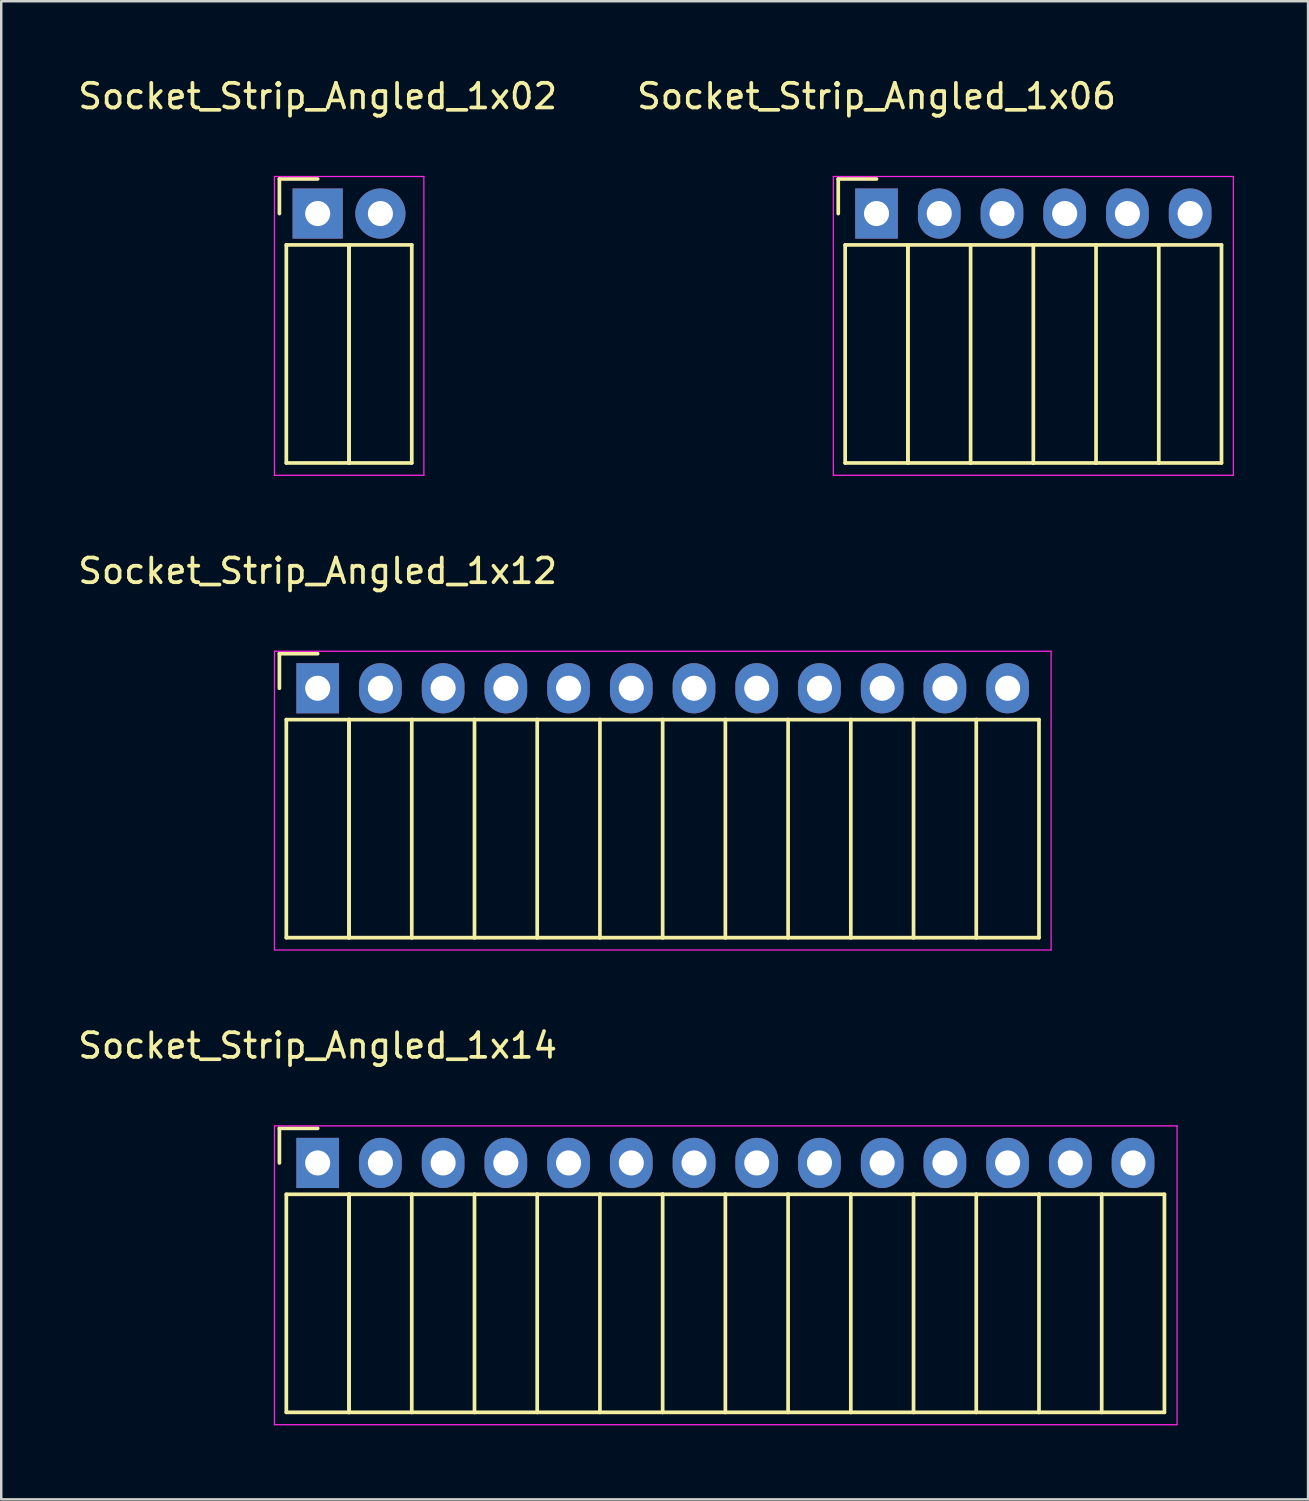
<source format=kicad_pcb>
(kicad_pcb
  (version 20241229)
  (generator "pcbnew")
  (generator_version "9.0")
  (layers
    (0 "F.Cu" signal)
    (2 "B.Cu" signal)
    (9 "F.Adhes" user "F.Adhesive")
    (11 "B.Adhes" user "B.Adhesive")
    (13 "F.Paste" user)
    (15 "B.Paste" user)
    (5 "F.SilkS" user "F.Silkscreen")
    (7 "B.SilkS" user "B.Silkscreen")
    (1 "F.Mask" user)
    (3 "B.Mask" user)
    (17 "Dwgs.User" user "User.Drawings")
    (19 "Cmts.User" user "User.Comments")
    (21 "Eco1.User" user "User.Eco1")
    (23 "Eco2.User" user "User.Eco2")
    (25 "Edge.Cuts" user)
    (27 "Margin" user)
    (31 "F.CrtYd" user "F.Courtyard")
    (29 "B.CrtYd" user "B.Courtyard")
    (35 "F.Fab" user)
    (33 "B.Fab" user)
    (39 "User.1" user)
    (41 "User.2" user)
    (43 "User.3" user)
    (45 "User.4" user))
  (footprint "Socket_Strip_Angled_1x02"
    (layer "F.Cu")
    (at 9.815 5.598)
    (property "Reference" "Socket_Strip_Angled_1x02" (at 0 -4.75 0) (layer "F.SilkS") (effects (font (size 1 1) (thickness 0.15))))
    (attr through_hole)
    (fp_line (start -1.55 -1.4) (end -1.55 0) (stroke (width 0.15) (type solid)) (layer "F.SilkS"))
    (fp_line (start -1.27 1.27) (end -1.27 10.1) (stroke (width 0.15) (type solid)) (layer "F.SilkS"))
    (fp_line (start -1.27 1.27) (end 1.27 1.27) (stroke (width 0.15) (type solid)) (layer "F.SilkS"))
    (fp_line (start -1.27 10.1) (end 1.27 10.1) (stroke (width 0.15) (type solid)) (layer "F.SilkS"))
    (fp_line (start 0 -1.4) (end -1.55 -1.4) (stroke (width 0.15) (type solid)) (layer "F.SilkS"))
    (fp_line (start 1.27 1.27) (end 1.27 10.1) (stroke (width 0.15) (type solid)) (layer "F.SilkS"))
    (fp_line (start 1.27 1.27) (end 3.81 1.27) (stroke (width 0.15) (type solid)) (layer "F.SilkS"))
    (fp_line (start 1.27 10.1) (end 1.27 1.27) (stroke (width 0.15) (type solid)) (layer "F.SilkS"))
    (fp_line (start 1.27 10.1) (end 3.81 10.1) (stroke (width 0.15) (type solid)) (layer "F.SilkS"))
    (fp_line (start 3.81 10.1) (end 3.81 1.27) (stroke (width 0.15) (type solid)) (layer "F.SilkS"))
    (fp_line (start -1.75 -1.5) (end -1.75 10.6) (stroke (width 0.05) (type solid)) (layer "F.CrtYd"))
    (fp_line (start -1.75 -1.5) (end 4.3 -1.5) (stroke (width 0.05) (type solid)) (layer "F.CrtYd"))
    (fp_line (start -1.75 10.6) (end 4.3 10.6) (stroke (width 0.05) (type solid)) (layer "F.CrtYd"))
    (fp_line (start 4.3 -1.5) (end 4.3 10.6) (stroke (width 0.05) (type solid)) (layer "F.CrtYd"))
    (pad "1" thru_hole rect (at 0 0) (size 2.032 2.032) (drill 1.016) (layers "*.Cu" "*.Mask"))
    (pad "2" thru_hole oval (at 2.54 0) (size 2.032 2.032) (drill 1.016) (layers "*.Cu" "*.Mask")))
  (footprint "Socket_Strip_Angled_1x06"
    (layer "F.Cu")
    (at 32.446 5.598)
    (property "Reference" "Socket_Strip_Angled_1x06" (at 0 -4.75 0) (layer "F.SilkS") (effects (font (size 1 1) (thickness 0.15))))
    (attr through_hole)
    (fp_line (start -1.55 -1.4) (end -1.55 0) (stroke (width 0.15) (type solid)) (layer "F.SilkS"))
    (fp_line (start -1.27 1.27) (end -1.27 10.1) (stroke (width 0.15) (type solid)) (layer "F.SilkS"))
    (fp_line (start -1.27 1.27) (end 1.27 1.27) (stroke (width 0.15) (type solid)) (layer "F.SilkS"))
    (fp_line (start -1.27 10.1) (end 1.27 10.1) (stroke (width 0.15) (type solid)) (layer "F.SilkS"))
    (fp_line (start 0 -1.4) (end -1.55 -1.4) (stroke (width 0.15) (type solid)) (layer "F.SilkS"))
    (fp_line (start 1.27 1.27) (end 1.27 10.1) (stroke (width 0.15) (type solid)) (layer "F.SilkS"))
    (fp_line (start 1.27 1.27) (end 3.81 1.27) (stroke (width 0.15) (type solid)) (layer "F.SilkS"))
    (fp_line (start 1.27 10.1) (end 1.27 1.27) (stroke (width 0.15) (type solid)) (layer "F.SilkS"))
    (fp_line (start 1.27 10.1) (end 3.81 10.1) (stroke (width 0.15) (type solid)) (layer "F.SilkS"))
    (fp_line (start 3.81 1.27) (end 6.35 1.27) (stroke (width 0.15) (type solid)) (layer "F.SilkS"))
    (fp_line (start 3.81 10.1) (end 3.81 1.27) (stroke (width 0.15) (type solid)) (layer "F.SilkS"))
    (fp_line (start 3.81 10.1) (end 6.35 10.1) (stroke (width 0.15) (type solid)) (layer "F.SilkS"))
    (fp_line (start 6.35 1.27) (end 8.89 1.27) (stroke (width 0.15) (type solid)) (layer "F.SilkS"))
    (fp_line (start 6.35 10.1) (end 6.35 1.27) (stroke (width 0.15) (type solid)) (layer "F.SilkS"))
    (fp_line (start 6.35 10.1) (end 8.89 10.1) (stroke (width 0.15) (type solid)) (layer "F.SilkS"))
    (fp_line (start 8.89 1.27) (end 11.43 1.27) (stroke (width 0.15) (type solid)) (layer "F.SilkS"))
    (fp_line (start 8.89 10.1) (end 8.89 1.27) (stroke (width 0.15) (type solid)) (layer "F.SilkS"))
    (fp_line (start 8.89 10.1) (end 11.43 10.1) (stroke (width 0.15) (type solid)) (layer "F.SilkS"))
    (fp_line (start 11.43 1.27) (end 13.97 1.27) (stroke (width 0.15) (type solid)) (layer "F.SilkS"))
    (fp_line (start 11.43 10.1) (end 11.43 1.27) (stroke (width 0.15) (type solid)) (layer "F.SilkS"))
    (fp_line (start 11.43 10.1) (end 13.97 10.1) (stroke (width 0.15) (type solid)) (layer "F.SilkS"))
    (fp_line (start 13.97 10.1) (end 13.97 1.27) (stroke (width 0.15) (type solid)) (layer "F.SilkS"))
    (fp_line (start -1.75 -1.5) (end -1.75 10.6) (stroke (width 0.05) (type solid)) (layer "F.CrtYd"))
    (fp_line (start -1.75 -1.5) (end 14.45 -1.5) (stroke (width 0.05) (type solid)) (layer "F.CrtYd"))
    (fp_line (start -1.75 10.6) (end 14.45 10.6) (stroke (width 0.05) (type solid)) (layer "F.CrtYd"))
    (fp_line (start 14.45 -1.5) (end 14.45 10.6) (stroke (width 0.05) (type solid)) (layer "F.CrtYd"))
    (pad "1" thru_hole rect (at 0 0) (size 1.727 2.032) (drill 1.016) (layers "*.Cu" "*.Mask"))
    (pad "2" thru_hole oval (at 2.54 0) (size 1.727 2.032) (drill 1.016) (layers "*.Cu" "*.Mask"))
    (pad "3" thru_hole oval (at 5.08 0) (size 1.727 2.032) (drill 1.016) (layers "*.Cu" "*.Mask"))
    (pad "4" thru_hole oval (at 7.62 0) (size 1.727 2.032) (drill 1.016) (layers "*.Cu" "*.Mask"))
    (pad "5" thru_hole oval (at 10.16 0) (size 1.727 2.032) (drill 1.016) (layers "*.Cu" "*.Mask"))
    (pad "6" thru_hole oval (at 12.7 0) (size 1.727 2.032) (drill 1.016) (layers "*.Cu" "*.Mask")))
  (footprint "Socket_Strip_Angled_1x14"
    (layer "F.Cu")
    (at 9.815 44.045)
    (property "Reference" "Socket_Strip_Angled_1x14" (at 0 -4.75 0) (layer "F.SilkS") (effects (font (size 1 1) (thickness 0.15))))
    (attr through_hole)
    (fp_line (start -1.55 -1.4) (end -1.55 0) (stroke (width 0.15) (type solid)) (layer "F.SilkS"))
    (fp_line (start -1.27 1.27) (end -1.27 10.1) (stroke (width 0.15) (type solid)) (layer "F.SilkS"))
    (fp_line (start -1.27 1.27) (end 1.27 1.27) (stroke (width 0.15) (type solid)) (layer "F.SilkS"))
    (fp_line (start -1.27 10.1) (end 1.27 10.1) (stroke (width 0.15) (type solid)) (layer "F.SilkS"))
    (fp_line (start 0 -1.4) (end -1.55 -1.4) (stroke (width 0.15) (type solid)) (layer "F.SilkS"))
    (fp_line (start 1.27 1.27) (end 1.27 10.1) (stroke (width 0.15) (type solid)) (layer "F.SilkS"))
    (fp_line (start 1.27 1.27) (end 3.81 1.27) (stroke (width 0.15) (type solid)) (layer "F.SilkS"))
    (fp_line (start 1.27 10.1) (end 1.27 1.27) (stroke (width 0.15) (type solid)) (layer "F.SilkS"))
    (fp_line (start 1.27 10.1) (end 3.81 10.1) (stroke (width 0.15) (type solid)) (layer "F.SilkS"))
    (fp_line (start 3.81 1.27) (end 6.35 1.27) (stroke (width 0.15) (type solid)) (layer "F.SilkS"))
    (fp_line (start 3.81 10.1) (end 3.81 1.27) (stroke (width 0.15) (type solid)) (layer "F.SilkS"))
    (fp_line (start 3.81 10.1) (end 6.35 10.1) (stroke (width 0.15) (type solid)) (layer "F.SilkS"))
    (fp_line (start 6.35 1.27) (end 8.89 1.27) (stroke (width 0.15) (type solid)) (layer "F.SilkS"))
    (fp_line (start 6.35 10.1) (end 6.35 1.27) (stroke (width 0.15) (type solid)) (layer "F.SilkS"))
    (fp_line (start 6.35 10.1) (end 8.89 10.1) (stroke (width 0.15) (type solid)) (layer "F.SilkS"))
    (fp_line (start 8.89 1.27) (end 11.43 1.27) (stroke (width 0.15) (type solid)) (layer "F.SilkS"))
    (fp_line (start 8.89 10.1) (end 8.89 1.27) (stroke (width 0.15) (type solid)) (layer "F.SilkS"))
    (fp_line (start 8.89 10.1) (end 11.43 10.1) (stroke (width 0.15) (type solid)) (layer "F.SilkS"))
    (fp_line (start 11.43 1.27) (end 13.97 1.27) (stroke (width 0.15) (type solid)) (layer "F.SilkS"))
    (fp_line (start 11.43 10.1) (end 11.43 1.27) (stroke (width 0.15) (type solid)) (layer "F.SilkS"))
    (fp_line (start 11.43 10.1) (end 13.97 10.1) (stroke (width 0.15) (type solid)) (layer "F.SilkS"))
    (fp_line (start 13.97 1.27) (end 16.51 1.27) (stroke (width 0.15) (type solid)) (layer "F.SilkS"))
    (fp_line (start 13.97 10.1) (end 13.97 1.27) (stroke (width 0.15) (type solid)) (layer "F.SilkS"))
    (fp_line (start 13.97 10.1) (end 16.51 10.1) (stroke (width 0.15) (type solid)) (layer "F.SilkS"))
    (fp_line (start 16.51 1.27) (end 19.05 1.27) (stroke (width 0.15) (type solid)) (layer "F.SilkS"))
    (fp_line (start 16.51 10.1) (end 16.51 1.27) (stroke (width 0.15) (type solid)) (layer "F.SilkS"))
    (fp_line (start 16.51 10.1) (end 19.05 10.1) (stroke (width 0.15) (type solid)) (layer "F.SilkS"))
    (fp_line (start 19.05 1.27) (end 21.59 1.27) (stroke (width 0.15) (type solid)) (layer "F.SilkS"))
    (fp_line (start 19.05 10.1) (end 19.05 1.27) (stroke (width 0.15) (type solid)) (layer "F.SilkS"))
    (fp_line (start 19.05 10.1) (end 21.59 10.1) (stroke (width 0.15) (type solid)) (layer "F.SilkS"))
    (fp_line (start 21.59 1.27) (end 24.13 1.27) (stroke (width 0.15) (type solid)) (layer "F.SilkS"))
    (fp_line (start 21.59 10.1) (end 21.59 1.27) (stroke (width 0.15) (type solid)) (layer "F.SilkS"))
    (fp_line (start 21.59 10.1) (end 24.13 10.1) (stroke (width 0.15) (type solid)) (layer "F.SilkS"))
    (fp_line (start 24.13 1.27) (end 26.67 1.27) (stroke (width 0.15) (type solid)) (layer "F.SilkS"))
    (fp_line (start 24.13 10.1) (end 24.13 1.27) (stroke (width 0.15) (type solid)) (layer "F.SilkS"))
    (fp_line (start 24.13 10.1) (end 26.67 10.1) (stroke (width 0.15) (type solid)) (layer "F.SilkS"))
    (fp_line (start 26.67 1.27) (end 29.21 1.27) (stroke (width 0.15) (type solid)) (layer "F.SilkS"))
    (fp_line (start 26.67 10.1) (end 26.67 1.27) (stroke (width 0.15) (type solid)) (layer "F.SilkS"))
    (fp_line (start 26.67 10.1) (end 29.21 10.1) (stroke (width 0.15) (type solid)) (layer "F.SilkS"))
    (fp_line (start 29.21 1.27) (end 31.75 1.27) (stroke (width 0.15) (type solid)) (layer "F.SilkS"))
    (fp_line (start 29.21 10.1) (end 29.21 1.27) (stroke (width 0.15) (type solid)) (layer "F.SilkS"))
    (fp_line (start 29.21 10.1) (end 31.75 10.1) (stroke (width 0.15) (type solid)) (layer "F.SilkS"))
    (fp_line (start 31.75 1.27) (end 34.29 1.27) (stroke (width 0.15) (type solid)) (layer "F.SilkS"))
    (fp_line (start 31.75 10.1) (end 31.75 1.27) (stroke (width 0.15) (type solid)) (layer "F.SilkS"))
    (fp_line (start 31.75 10.1) (end 34.29 10.1) (stroke (width 0.15) (type solid)) (layer "F.SilkS"))
    (fp_line (start 34.29 10.1) (end 34.29 1.27) (stroke (width 0.15) (type solid)) (layer "F.SilkS"))
    (fp_line (start -1.75 -1.5) (end -1.75 10.6) (stroke (width 0.05) (type solid)) (layer "F.CrtYd"))
    (fp_line (start -1.75 -1.5) (end 34.8 -1.5) (stroke (width 0.05) (type solid)) (layer "F.CrtYd"))
    (fp_line (start -1.75 10.6) (end 34.8 10.6) (stroke (width 0.05) (type solid)) (layer "F.CrtYd"))
    (fp_line (start 34.8 -1.5) (end 34.8 10.6) (stroke (width 0.05) (type solid)) (layer "F.CrtYd"))
    (pad "1" thru_hole rect (at 0 0) (size 1.727 2.032) (drill 1.016) (layers "*.Cu" "*.Mask"))
    (pad "2" thru_hole oval (at 2.54 0) (size 1.727 2.032) (drill 1.016) (layers "*.Cu" "*.Mask"))
    (pad "3" thru_hole oval (at 5.08 0) (size 1.727 2.032) (drill 1.016) (layers "*.Cu" "*.Mask"))
    (pad "4" thru_hole oval (at 7.62 0) (size 1.727 2.032) (drill 1.016) (layers "*.Cu" "*.Mask"))
    (pad "5" thru_hole oval (at 10.16 0) (size 1.727 2.032) (drill 1.016) (layers "*.Cu" "*.Mask"))
    (pad "6" thru_hole oval (at 12.7 0) (size 1.727 2.032) (drill 1.016) (layers "*.Cu" "*.Mask"))
    (pad "7" thru_hole oval (at 15.24 0) (size 1.727 2.032) (drill 1.016) (layers "*.Cu" "*.Mask"))
    (pad "8" thru_hole oval (at 17.78 0) (size 1.727 2.032) (drill 1.016) (layers "*.Cu" "*.Mask"))
    (pad "9" thru_hole oval (at 20.32 0) (size 1.727 2.032) (drill 1.016) (layers "*.Cu" "*.Mask"))
    (pad "10" thru_hole oval (at 22.86 0) (size 1.727 2.032) (drill 1.016) (layers "*.Cu" "*.Mask"))
    (pad "11" thru_hole oval (at 25.4 0) (size 1.727 2.032) (drill 1.016) (layers "*.Cu" "*.Mask"))
    (pad "12" thru_hole oval (at 27.94 0) (size 1.727 2.032) (drill 1.016) (layers "*.Cu" "*.Mask"))
    (pad "13" thru_hole oval (at 30.48 0) (size 1.727 2.032) (drill 1.016) (layers "*.Cu" "*.Mask"))
    (pad "14" thru_hole oval (at 33.02 0) (size 1.727 2.032) (drill 1.016) (layers "*.Cu" "*.Mask")))
  (footprint "Socket_Strip_Angled_1x12"
    (layer "F.Cu")
    (at 9.815 24.822)
    (property "Reference" "Socket_Strip_Angled_1x12" (at 0 -4.75 0) (layer "F.SilkS") (effects (font (size 1 1) (thickness 0.15))))
    (attr through_hole)
    (fp_line (start -1.55 -1.4) (end -1.55 0) (stroke (width 0.15) (type solid)) (layer "F.SilkS"))
    (fp_line (start -1.27 1.27) (end -1.27 10.1) (stroke (width 0.15) (type solid)) (layer "F.SilkS"))
    (fp_line (start -1.27 1.27) (end 1.27 1.27) (stroke (width 0.15) (type solid)) (layer "F.SilkS"))
    (fp_line (start -1.27 10.1) (end 1.27 10.1) (stroke (width 0.15) (type solid)) (layer "F.SilkS"))
    (fp_line (start 0 -1.4) (end -1.55 -1.4) (stroke (width 0.15) (type solid)) (layer "F.SilkS"))
    (fp_line (start 1.27 1.27) (end 1.27 10.1) (stroke (width 0.15) (type solid)) (layer "F.SilkS"))
    (fp_line (start 1.27 1.27) (end 3.81 1.27) (stroke (width 0.15) (type solid)) (layer "F.SilkS"))
    (fp_line (start 1.27 10.1) (end 1.27 1.27) (stroke (width 0.15) (type solid)) (layer "F.SilkS"))
    (fp_line (start 1.27 10.1) (end 3.81 10.1) (stroke (width 0.15) (type solid)) (layer "F.SilkS"))
    (fp_line (start 3.81 1.27) (end 6.35 1.27) (stroke (width 0.15) (type solid)) (layer "F.SilkS"))
    (fp_line (start 3.81 10.1) (end 3.81 1.27) (stroke (width 0.15) (type solid)) (layer "F.SilkS"))
    (fp_line (start 3.81 10.1) (end 6.35 10.1) (stroke (width 0.15) (type solid)) (layer "F.SilkS"))
    (fp_line (start 6.35 1.27) (end 8.89 1.27) (stroke (width 0.15) (type solid)) (layer "F.SilkS"))
    (fp_line (start 6.35 10.1) (end 6.35 1.27) (stroke (width 0.15) (type solid)) (layer "F.SilkS"))
    (fp_line (start 6.35 10.1) (end 8.89 10.1) (stroke (width 0.15) (type solid)) (layer "F.SilkS"))
    (fp_line (start 8.89 1.27) (end 11.43 1.27) (stroke (width 0.15) (type solid)) (layer "F.SilkS"))
    (fp_line (start 8.89 10.1) (end 8.89 1.27) (stroke (width 0.15) (type solid)) (layer "F.SilkS"))
    (fp_line (start 8.89 10.1) (end 11.43 10.1) (stroke (width 0.15) (type solid)) (layer "F.SilkS"))
    (fp_line (start 11.43 1.27) (end 13.97 1.27) (stroke (width 0.15) (type solid)) (layer "F.SilkS"))
    (fp_line (start 11.43 10.1) (end 11.43 1.27) (stroke (width 0.15) (type solid)) (layer "F.SilkS"))
    (fp_line (start 11.43 10.1) (end 13.97 10.1) (stroke (width 0.15) (type solid)) (layer "F.SilkS"))
    (fp_line (start 13.97 1.27) (end 16.51 1.27) (stroke (width 0.15) (type solid)) (layer "F.SilkS"))
    (fp_line (start 13.97 10.1) (end 13.97 1.27) (stroke (width 0.15) (type solid)) (layer "F.SilkS"))
    (fp_line (start 13.97 10.1) (end 16.51 10.1) (stroke (width 0.15) (type solid)) (layer "F.SilkS"))
    (fp_line (start 16.51 1.27) (end 19.05 1.27) (stroke (width 0.15) (type solid)) (layer "F.SilkS"))
    (fp_line (start 16.51 10.1) (end 16.51 1.27) (stroke (width 0.15) (type solid)) (layer "F.SilkS"))
    (fp_line (start 16.51 10.1) (end 19.05 10.1) (stroke (width 0.15) (type solid)) (layer "F.SilkS"))
    (fp_line (start 19.05 1.27) (end 21.59 1.27) (stroke (width 0.15) (type solid)) (layer "F.SilkS"))
    (fp_line (start 19.05 10.1) (end 19.05 1.27) (stroke (width 0.15) (type solid)) (layer "F.SilkS"))
    (fp_line (start 19.05 10.1) (end 21.59 10.1) (stroke (width 0.15) (type solid)) (layer "F.SilkS"))
    (fp_line (start 21.59 1.27) (end 24.13 1.27) (stroke (width 0.15) (type solid)) (layer "F.SilkS"))
    (fp_line (start 21.59 10.1) (end 21.59 1.27) (stroke (width 0.15) (type solid)) (layer "F.SilkS"))
    (fp_line (start 21.59 10.1) (end 24.13 10.1) (stroke (width 0.15) (type solid)) (layer "F.SilkS"))
    (fp_line (start 24.13 1.27) (end 26.67 1.27) (stroke (width 0.15) (type solid)) (layer "F.SilkS"))
    (fp_line (start 24.13 10.1) (end 24.13 1.27) (stroke (width 0.15) (type solid)) (layer "F.SilkS"))
    (fp_line (start 24.13 10.1) (end 26.67 10.1) (stroke (width 0.15) (type solid)) (layer "F.SilkS"))
    (fp_line (start 26.67 1.27) (end 29.21 1.27) (stroke (width 0.15) (type solid)) (layer "F.SilkS"))
    (fp_line (start 26.67 10.1) (end 26.67 1.27) (stroke (width 0.15) (type solid)) (layer "F.SilkS"))
    (fp_line (start 26.67 10.1) (end 29.21 10.1) (stroke (width 0.15) (type solid)) (layer "F.SilkS"))
    (fp_line (start 29.21 10.1) (end 29.21 1.27) (stroke (width 0.15) (type solid)) (layer "F.SilkS"))
    (fp_line (start -1.75 -1.5) (end -1.75 10.6) (stroke (width 0.05) (type solid)) (layer "F.CrtYd"))
    (fp_line (start -1.75 -1.5) (end 29.7 -1.5) (stroke (width 0.05) (type solid)) (layer "F.CrtYd"))
    (fp_line (start -1.75 10.6) (end 29.7 10.6) (stroke (width 0.05) (type solid)) (layer "F.CrtYd"))
    (fp_line (start 29.7 -1.5) (end 29.7 10.6) (stroke (width 0.05) (type solid)) (layer "F.CrtYd"))
    (pad "1" thru_hole rect (at 0 0) (size 1.727 2.032) (drill 1.016) (layers "*.Cu" "*.Mask"))
    (pad "2" thru_hole oval (at 2.54 0) (size 1.727 2.032) (drill 1.016) (layers "*.Cu" "*.Mask"))
    (pad "3" thru_hole oval (at 5.08 0) (size 1.727 2.032) (drill 1.016) (layers "*.Cu" "*.Mask"))
    (pad "4" thru_hole oval (at 7.62 0) (size 1.727 2.032) (drill 1.016) (layers "*.Cu" "*.Mask"))
    (pad "5" thru_hole oval (at 10.16 0) (size 1.727 2.032) (drill 1.016) (layers "*.Cu" "*.Mask"))
    (pad "6" thru_hole oval (at 12.7 0) (size 1.727 2.032) (drill 1.016) (layers "*.Cu" "*.Mask"))
    (pad "7" thru_hole oval (at 15.24 0) (size 1.727 2.032) (drill 1.016) (layers "*.Cu" "*.Mask"))
    (pad "8" thru_hole oval (at 17.78 0) (size 1.727 2.032) (drill 1.016) (layers "*.Cu" "*.Mask"))
    (pad "9" thru_hole oval (at 20.32 0) (size 1.727 2.032) (drill 1.016) (layers "*.Cu" "*.Mask"))
    (pad "10" thru_hole oval (at 22.86 0) (size 1.727 2.032) (drill 1.016) (layers "*.Cu" "*.Mask"))
    (pad "11" thru_hole oval (at 25.4 0) (size 1.727 2.032) (drill 1.016) (layers "*.Cu" "*.Mask"))
    (pad "12" thru_hole oval (at 27.94 0) (size 1.727 2.032) (drill 1.016) (layers "*.Cu" "*.Mask")))
  (gr_rect
    (start -3 -3)
    (end 49.921 57.67)
    (stroke (width 0.1) (type default))
    (fill no)
    (layer "Edge.Cuts")))
</source>
